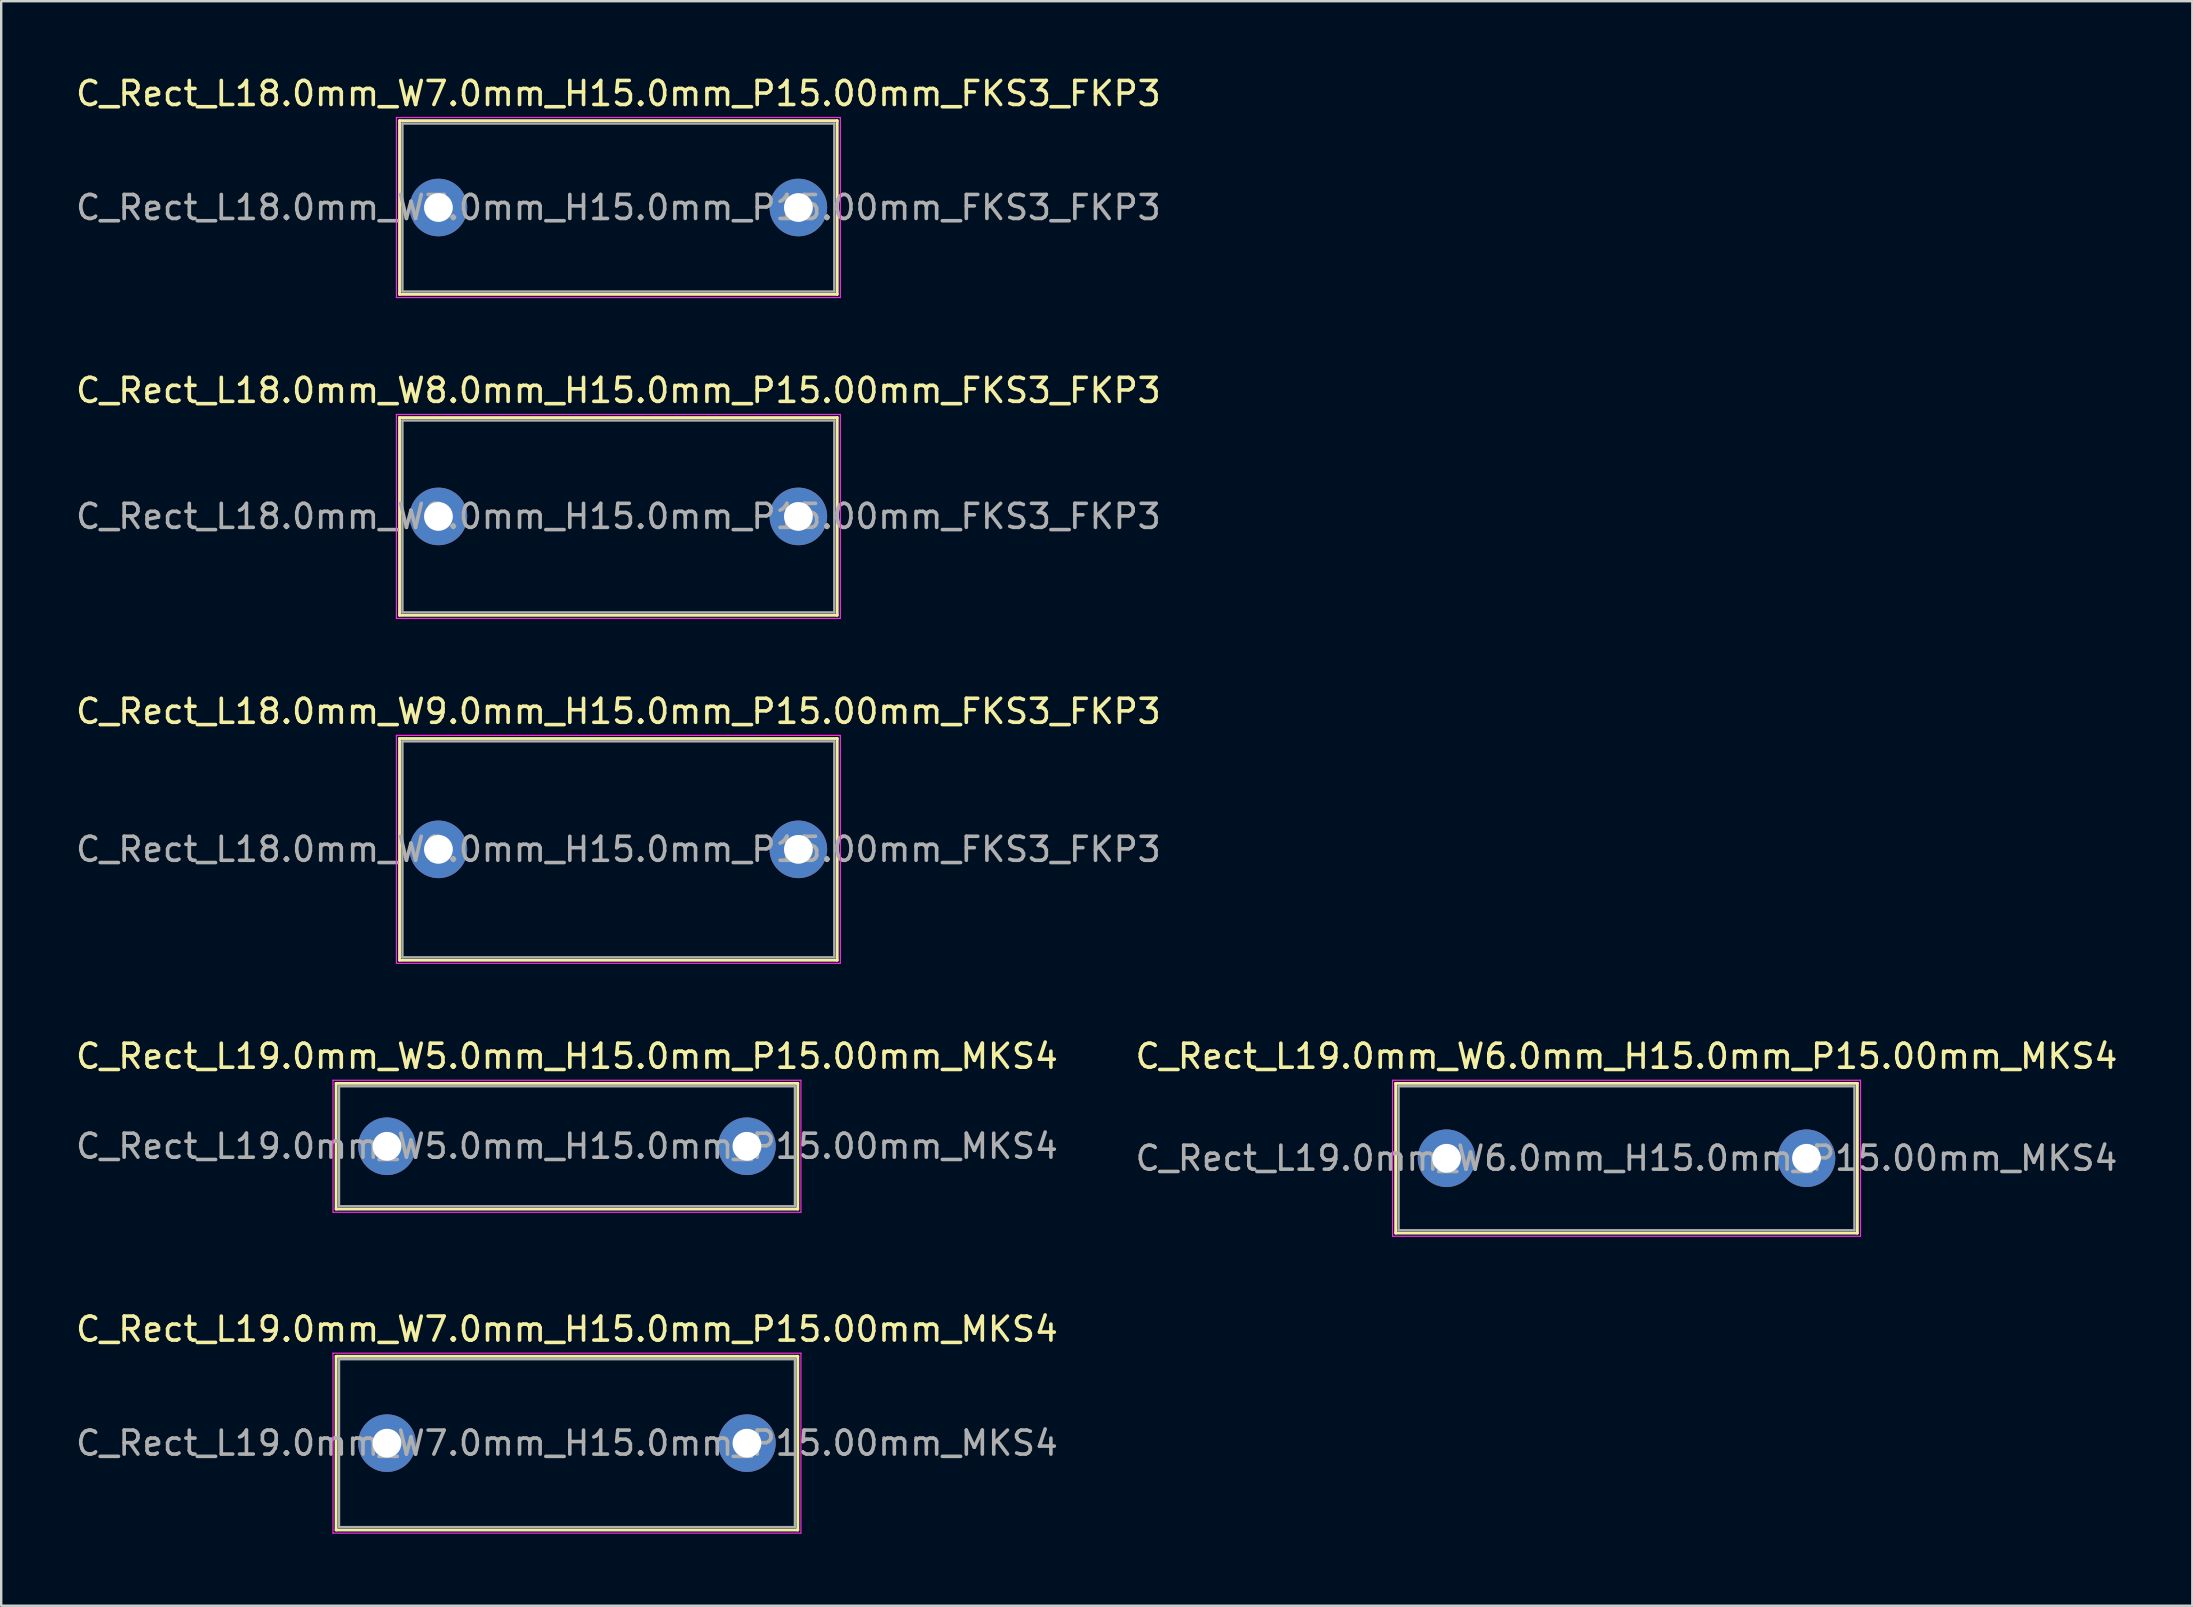
<source format=kicad_pcb>
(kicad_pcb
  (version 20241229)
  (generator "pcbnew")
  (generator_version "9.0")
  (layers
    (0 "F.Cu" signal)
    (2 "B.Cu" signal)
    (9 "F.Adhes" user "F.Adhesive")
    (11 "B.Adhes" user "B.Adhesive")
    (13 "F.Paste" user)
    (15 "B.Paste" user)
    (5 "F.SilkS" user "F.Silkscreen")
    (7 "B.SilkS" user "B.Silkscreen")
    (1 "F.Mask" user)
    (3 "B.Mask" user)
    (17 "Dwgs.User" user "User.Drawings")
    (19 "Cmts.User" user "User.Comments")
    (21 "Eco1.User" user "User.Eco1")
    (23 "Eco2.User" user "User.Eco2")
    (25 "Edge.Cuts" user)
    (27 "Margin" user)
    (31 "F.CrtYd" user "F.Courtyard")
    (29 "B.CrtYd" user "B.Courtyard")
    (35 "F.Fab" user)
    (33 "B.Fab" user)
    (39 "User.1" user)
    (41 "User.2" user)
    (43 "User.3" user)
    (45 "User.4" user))
  (footprint "C_Rect_L19.0mm_W7.0mm_H15.0mm_P15.00mm_MKS4"
    (layer "F.Cu")
    (at 13.077 57.091)
    (property "Reference" "C_Rect_L19.0mm_W7.0mm_H15.0mm_P15.00mm_MKS4" (at 7.5 -4.75 0) (layer "F.SilkS") (effects (font (size 1 1) (thickness 0.15))))
    (attr through_hole)
    (fp_line (start -2.12 -3.62) (end -2.12 3.62) (stroke (width 0.12) (type solid)) (layer "F.SilkS"))
    (fp_line (start -2.12 -3.62) (end 17.12 -3.62) (stroke (width 0.12) (type solid)) (layer "F.SilkS"))
    (fp_line (start -2.12 3.62) (end 17.12 3.62) (stroke (width 0.12) (type solid)) (layer "F.SilkS"))
    (fp_line (start 17.12 -3.62) (end 17.12 3.62) (stroke (width 0.12) (type solid)) (layer "F.SilkS"))
    (fp_line (start -2.25 -3.75) (end -2.25 3.75) (stroke (width 0.05) (type solid)) (layer "F.CrtYd"))
    (fp_line (start -2.25 3.75) (end 17.25 3.75) (stroke (width 0.05) (type solid)) (layer "F.CrtYd"))
    (fp_line (start 17.25 -3.75) (end -2.25 -3.75) (stroke (width 0.05) (type solid)) (layer "F.CrtYd"))
    (fp_line (start 17.25 3.75) (end 17.25 -3.75) (stroke (width 0.05) (type solid)) (layer "F.CrtYd"))
    (fp_line (start -2 -3.5) (end -2 3.5) (stroke (width 0.1) (type solid)) (layer "F.Fab"))
    (fp_line (start -2 3.5) (end 17 3.5) (stroke (width 0.1) (type solid)) (layer "F.Fab"))
    (fp_line (start 17 -3.5) (end -2 -3.5) (stroke (width 0.1) (type solid)) (layer "F.Fab"))
    (fp_line (start 17 3.5) (end 17 -3.5) (stroke (width 0.1) (type solid)) (layer "F.Fab"))
    (fp_text user "${REFERENCE}" (at 7.5 0 0) (layer "F.Fab") (effects (font (size 1 1) (thickness 0.15))))
    (pad "1" thru_hole circle (at 0 0) (size 2.4 2.4) (drill 1.2) (layers "*.Cu" "*.Mask"))
    (pad "2" thru_hole circle (at 15 0) (size 2.4 2.4) (drill 1.2) (layers "*.Cu" "*.Mask")))
  (footprint "C_Rect_L19.0mm_W6.0mm_H15.0mm_P15.00mm_MKS4"
    (layer "F.Cu")
    (at 57.232 45.218)
    (property "Reference" "C_Rect_L19.0mm_W6.0mm_H15.0mm_P15.00mm_MKS4" (at 7.5 -4.25 0) (layer "F.SilkS") (effects (font (size 1 1) (thickness 0.15))))
    (attr through_hole)
    (fp_line (start -2.12 -3.12) (end -2.12 3.12) (stroke (width 0.12) (type solid)) (layer "F.SilkS"))
    (fp_line (start -2.12 -3.12) (end 17.12 -3.12) (stroke (width 0.12) (type solid)) (layer "F.SilkS"))
    (fp_line (start -2.12 3.12) (end 17.12 3.12) (stroke (width 0.12) (type solid)) (layer "F.SilkS"))
    (fp_line (start 17.12 -3.12) (end 17.12 3.12) (stroke (width 0.12) (type solid)) (layer "F.SilkS"))
    (fp_line (start -2.25 -3.25) (end -2.25 3.25) (stroke (width 0.05) (type solid)) (layer "F.CrtYd"))
    (fp_line (start -2.25 3.25) (end 17.25 3.25) (stroke (width 0.05) (type solid)) (layer "F.CrtYd"))
    (fp_line (start 17.25 -3.25) (end -2.25 -3.25) (stroke (width 0.05) (type solid)) (layer "F.CrtYd"))
    (fp_line (start 17.25 3.25) (end 17.25 -3.25) (stroke (width 0.05) (type solid)) (layer "F.CrtYd"))
    (fp_line (start -2 -3) (end -2 3) (stroke (width 0.1) (type solid)) (layer "F.Fab"))
    (fp_line (start -2 3) (end 17 3) (stroke (width 0.1) (type solid)) (layer "F.Fab"))
    (fp_line (start 17 -3) (end -2 -3) (stroke (width 0.1) (type solid)) (layer "F.Fab"))
    (fp_line (start 17 3) (end 17 -3) (stroke (width 0.1) (type solid)) (layer "F.Fab"))
    (fp_text user "${REFERENCE}" (at 7.5 0 0) (layer "F.Fab") (effects (font (size 1 1) (thickness 0.15))))
    (pad "1" thru_hole circle (at 0 0) (size 2.4 2.4) (drill 1.2) (layers "*.Cu" "*.Mask"))
    (pad "2" thru_hole circle (at 15 0) (size 2.4 2.4) (drill 1.2) (layers "*.Cu" "*.Mask")))
  (footprint "C_Rect_L18.0mm_W7.0mm_H15.0mm_P15.00mm_FKS3_FKP3"
    (layer "F.Cu")
    (at 15.22 5.598)
    (property "Reference" "C_Rect_L18.0mm_W7.0mm_H15.0mm_P15.00mm_FKS3_FKP3" (at 7.5 -4.75 0) (layer "F.SilkS") (effects (font (size 1 1) (thickness 0.15))))
    (attr through_hole)
    (fp_line (start -1.62 -3.62) (end -1.62 3.62) (stroke (width 0.12) (type solid)) (layer "F.SilkS"))
    (fp_line (start -1.62 -3.62) (end 16.62 -3.62) (stroke (width 0.12) (type solid)) (layer "F.SilkS"))
    (fp_line (start -1.62 3.62) (end 16.62 3.62) (stroke (width 0.12) (type solid)) (layer "F.SilkS"))
    (fp_line (start 16.62 -3.62) (end 16.62 3.62) (stroke (width 0.12) (type solid)) (layer "F.SilkS"))
    (fp_line (start -1.75 -3.75) (end -1.75 3.75) (stroke (width 0.05) (type solid)) (layer "F.CrtYd"))
    (fp_line (start -1.75 3.75) (end 16.75 3.75) (stroke (width 0.05) (type solid)) (layer "F.CrtYd"))
    (fp_line (start 16.75 -3.75) (end -1.75 -3.75) (stroke (width 0.05) (type solid)) (layer "F.CrtYd"))
    (fp_line (start 16.75 3.75) (end 16.75 -3.75) (stroke (width 0.05) (type solid)) (layer "F.CrtYd"))
    (fp_line (start -1.5 -3.5) (end -1.5 3.5) (stroke (width 0.1) (type solid)) (layer "F.Fab"))
    (fp_line (start -1.5 3.5) (end 16.5 3.5) (stroke (width 0.1) (type solid)) (layer "F.Fab"))
    (fp_line (start 16.5 -3.5) (end -1.5 -3.5) (stroke (width 0.1) (type solid)) (layer "F.Fab"))
    (fp_line (start 16.5 3.5) (end 16.5 -3.5) (stroke (width 0.1) (type solid)) (layer "F.Fab"))
    (fp_text user "${REFERENCE}" (at 7.5 0 0) (layer "F.Fab") (effects (font (size 1 1) (thickness 0.15))))
    (pad "1" thru_hole circle (at 0 0) (size 2.4 2.4) (drill 1.2) (layers "*.Cu" "*.Mask"))
    (pad "2" thru_hole circle (at 15 0) (size 2.4 2.4) (drill 1.2) (layers "*.Cu" "*.Mask")))
  (footprint "C_Rect_L18.0mm_W8.0mm_H15.0mm_P15.00mm_FKS3_FKP3"
    (layer "F.Cu")
    (at 15.22 18.471)
    (property "Reference" "C_Rect_L18.0mm_W8.0mm_H15.0mm_P15.00mm_FKS3_FKP3" (at 7.5 -5.25 0) (layer "F.SilkS") (effects (font (size 1 1) (thickness 0.15))))
    (attr through_hole)
    (fp_line (start -1.62 -4.12) (end -1.62 4.12) (stroke (width 0.12) (type solid)) (layer "F.SilkS"))
    (fp_line (start -1.62 -4.12) (end 16.62 -4.12) (stroke (width 0.12) (type solid)) (layer "F.SilkS"))
    (fp_line (start -1.62 4.12) (end 16.62 4.12) (stroke (width 0.12) (type solid)) (layer "F.SilkS"))
    (fp_line (start 16.62 -4.12) (end 16.62 4.12) (stroke (width 0.12) (type solid)) (layer "F.SilkS"))
    (fp_line (start -1.75 -4.25) (end -1.75 4.25) (stroke (width 0.05) (type solid)) (layer "F.CrtYd"))
    (fp_line (start -1.75 4.25) (end 16.75 4.25) (stroke (width 0.05) (type solid)) (layer "F.CrtYd"))
    (fp_line (start 16.75 -4.25) (end -1.75 -4.25) (stroke (width 0.05) (type solid)) (layer "F.CrtYd"))
    (fp_line (start 16.75 4.25) (end 16.75 -4.25) (stroke (width 0.05) (type solid)) (layer "F.CrtYd"))
    (fp_line (start -1.5 -4) (end -1.5 4) (stroke (width 0.1) (type solid)) (layer "F.Fab"))
    (fp_line (start -1.5 4) (end 16.5 4) (stroke (width 0.1) (type solid)) (layer "F.Fab"))
    (fp_line (start 16.5 -4) (end -1.5 -4) (stroke (width 0.1) (type solid)) (layer "F.Fab"))
    (fp_line (start 16.5 4) (end 16.5 -4) (stroke (width 0.1) (type solid)) (layer "F.Fab"))
    (fp_text user "${REFERENCE}" (at 7.5 0 0) (layer "F.Fab") (effects (font (size 1 1) (thickness 0.15))))
    (pad "1" thru_hole circle (at 0 0) (size 2.4 2.4) (drill 1.2) (layers "*.Cu" "*.Mask"))
    (pad "2" thru_hole circle (at 15 0) (size 2.4 2.4) (drill 1.2) (layers "*.Cu" "*.Mask")))
  (footprint "C_Rect_L19.0mm_W5.0mm_H15.0mm_P15.00mm_MKS4"
    (layer "F.Cu")
    (at 13.077 44.718)
    (property "Reference" "C_Rect_L19.0mm_W5.0mm_H15.0mm_P15.00mm_MKS4" (at 7.5 -3.75 0) (layer "F.SilkS") (effects (font (size 1 1) (thickness 0.15))))
    (attr through_hole)
    (fp_line (start -2.12 -2.62) (end -2.12 2.62) (stroke (width 0.12) (type solid)) (layer "F.SilkS"))
    (fp_line (start -2.12 -2.62) (end 17.12 -2.62) (stroke (width 0.12) (type solid)) (layer "F.SilkS"))
    (fp_line (start -2.12 2.62) (end 17.12 2.62) (stroke (width 0.12) (type solid)) (layer "F.SilkS"))
    (fp_line (start 17.12 -2.62) (end 17.12 2.62) (stroke (width 0.12) (type solid)) (layer "F.SilkS"))
    (fp_line (start -2.25 -2.75) (end -2.25 2.75) (stroke (width 0.05) (type solid)) (layer "F.CrtYd"))
    (fp_line (start -2.25 2.75) (end 17.25 2.75) (stroke (width 0.05) (type solid)) (layer "F.CrtYd"))
    (fp_line (start 17.25 -2.75) (end -2.25 -2.75) (stroke (width 0.05) (type solid)) (layer "F.CrtYd"))
    (fp_line (start 17.25 2.75) (end 17.25 -2.75) (stroke (width 0.05) (type solid)) (layer "F.CrtYd"))
    (fp_line (start -2 -2.5) (end -2 2.5) (stroke (width 0.1) (type solid)) (layer "F.Fab"))
    (fp_line (start -2 2.5) (end 17 2.5) (stroke (width 0.1) (type solid)) (layer "F.Fab"))
    (fp_line (start 17 -2.5) (end -2 -2.5) (stroke (width 0.1) (type solid)) (layer "F.Fab"))
    (fp_line (start 17 2.5) (end 17 -2.5) (stroke (width 0.1) (type solid)) (layer "F.Fab"))
    (fp_text user "${REFERENCE}" (at 7.5 0 0) (layer "F.Fab") (effects (font (size 1 1) (thickness 0.15))))
    (pad "1" thru_hole circle (at 0 0) (size 2.4 2.4) (drill 1.2) (layers "*.Cu" "*.Mask"))
    (pad "2" thru_hole circle (at 15 0) (size 2.4 2.4) (drill 1.2) (layers "*.Cu" "*.Mask")))
  (footprint "C_Rect_L18.0mm_W9.0mm_H15.0mm_P15.00mm_FKS3_FKP3"
    (layer "F.Cu")
    (at 15.22 32.345)
    (property "Reference" "C_Rect_L18.0mm_W9.0mm_H15.0mm_P15.00mm_FKS3_FKP3" (at 7.5 -5.75 0) (layer "F.SilkS") (effects (font (size 1 1) (thickness 0.15))))
    (attr through_hole)
    (fp_line (start -1.62 -4.62) (end -1.62 4.62) (stroke (width 0.12) (type solid)) (layer "F.SilkS"))
    (fp_line (start -1.62 -4.62) (end 16.62 -4.62) (stroke (width 0.12) (type solid)) (layer "F.SilkS"))
    (fp_line (start -1.62 4.62) (end 16.62 4.62) (stroke (width 0.12) (type solid)) (layer "F.SilkS"))
    (fp_line (start 16.62 -4.62) (end 16.62 4.62) (stroke (width 0.12) (type solid)) (layer "F.SilkS"))
    (fp_line (start -1.75 -4.75) (end -1.75 4.75) (stroke (width 0.05) (type solid)) (layer "F.CrtYd"))
    (fp_line (start -1.75 4.75) (end 16.75 4.75) (stroke (width 0.05) (type solid)) (layer "F.CrtYd"))
    (fp_line (start 16.75 -4.75) (end -1.75 -4.75) (stroke (width 0.05) (type solid)) (layer "F.CrtYd"))
    (fp_line (start 16.75 4.75) (end 16.75 -4.75) (stroke (width 0.05) (type solid)) (layer "F.CrtYd"))
    (fp_line (start -1.5 -4.5) (end -1.5 4.5) (stroke (width 0.1) (type solid)) (layer "F.Fab"))
    (fp_line (start -1.5 4.5) (end 16.5 4.5) (stroke (width 0.1) (type solid)) (layer "F.Fab"))
    (fp_line (start 16.5 -4.5) (end -1.5 -4.5) (stroke (width 0.1) (type solid)) (layer "F.Fab"))
    (fp_line (start 16.5 4.5) (end 16.5 -4.5) (stroke (width 0.1) (type solid)) (layer "F.Fab"))
    (fp_text user "${REFERENCE}" (at 7.5 0 0) (layer "F.Fab") (effects (font (size 1 1) (thickness 0.15))))
    (pad "1" thru_hole circle (at 0 0) (size 2.4 2.4) (drill 1.2) (layers "*.Cu" "*.Mask"))
    (pad "2" thru_hole circle (at 15 0) (size 2.4 2.4) (drill 1.2) (layers "*.Cu" "*.Mask")))
  (gr_rect
    (start -3 -3)
    (end 88.31 63.866)
    (stroke (width 0.1) (type default))
    (fill no)
    (layer "Edge.Cuts")))
</source>
